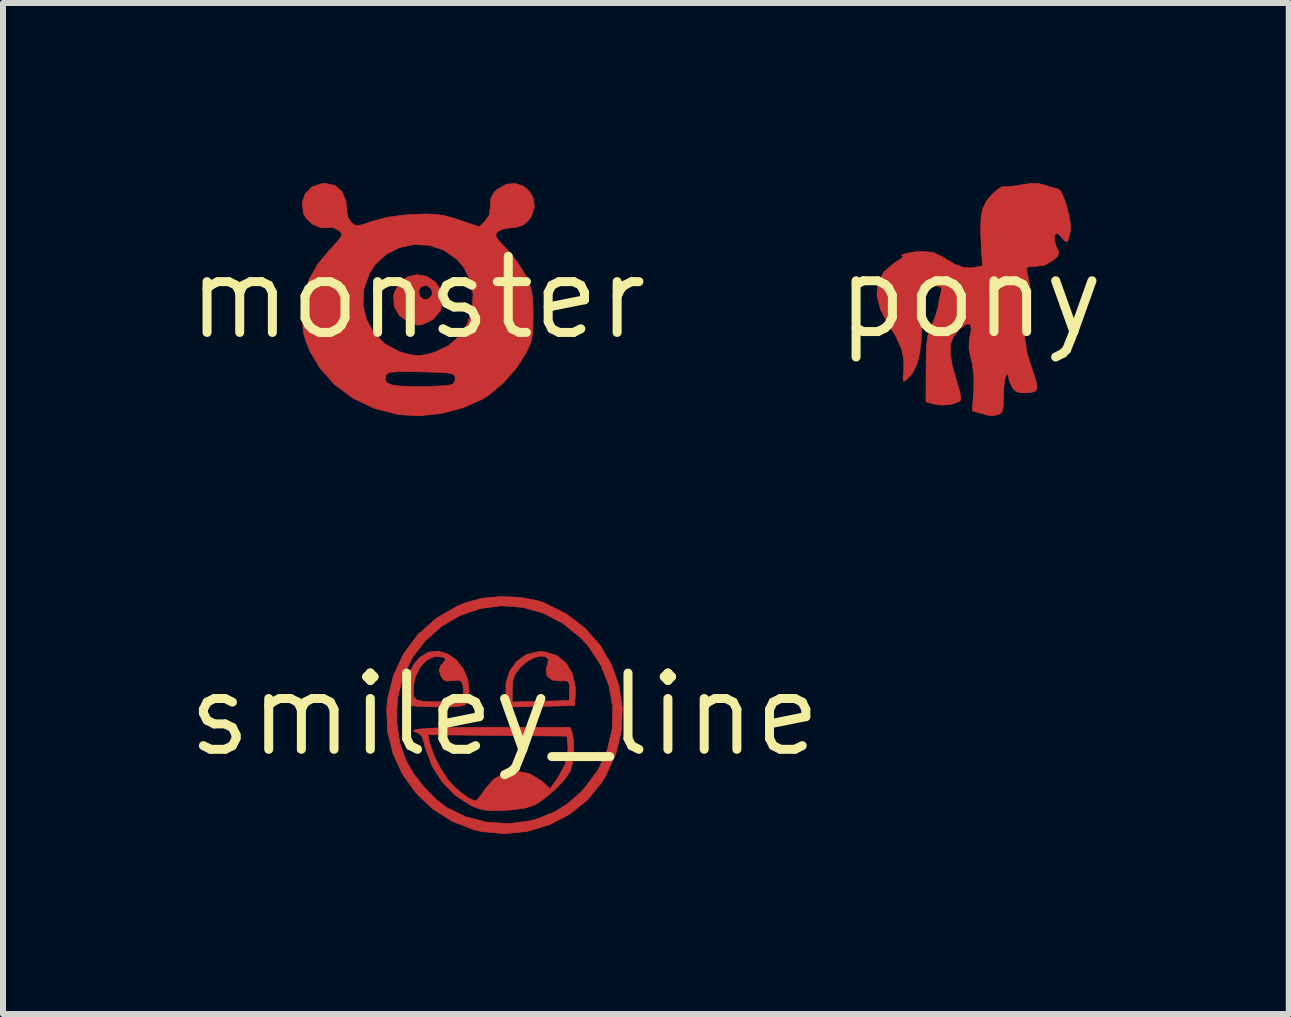
<source format=kicad_pcb>
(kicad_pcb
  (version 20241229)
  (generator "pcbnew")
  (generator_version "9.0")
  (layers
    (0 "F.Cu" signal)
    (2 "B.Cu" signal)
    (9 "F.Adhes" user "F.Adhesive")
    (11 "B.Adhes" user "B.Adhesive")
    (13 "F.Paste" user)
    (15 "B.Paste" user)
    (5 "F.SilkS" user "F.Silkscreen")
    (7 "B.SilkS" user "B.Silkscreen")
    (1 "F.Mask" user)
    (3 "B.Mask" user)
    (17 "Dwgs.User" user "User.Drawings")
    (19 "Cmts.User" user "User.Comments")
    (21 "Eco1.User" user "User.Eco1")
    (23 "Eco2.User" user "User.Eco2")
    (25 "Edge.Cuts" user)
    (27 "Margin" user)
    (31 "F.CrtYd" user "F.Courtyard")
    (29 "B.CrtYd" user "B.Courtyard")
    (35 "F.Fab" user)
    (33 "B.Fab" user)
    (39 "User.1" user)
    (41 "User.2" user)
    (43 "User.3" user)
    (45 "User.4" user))
  (footprint "smiley_line"
    (layer "F.Cu")
    (at 5.359 8.857)
    (property "Reference" "smiley_line" (at 0 0 0) (layer "F.SilkS") (effects (font (size 1.27 1.27) (thickness 0.15))))
    (attr through_hole)
    (fp_poly (pts (xy 0.666 -1.047) (xy 0.866 -0.985) (xy 1.024 -0.858) (xy 1.131 -0.677) (xy 1.179 -0.453) (xy 1.178 -0.318) (xy 1.164 -0.148) (xy 0.607 -0.136) (xy 0.05 -0.125) (xy 0.024 -0.285) (xy 0.022 -0.42) (xy 0.127 -0.42) (xy 0.127 -0.209) (xy 0.603 -0.221) (xy 1.079 -0.233) (xy 1.079 -0.402) (xy 1.076 -0.51) (xy 1.05 -0.556) (xy 0.978 -0.562) (xy 0.924 -0.558) (xy 0.786 -0.575) (xy 0.705 -0.646) (xy 0.691 -0.758) (xy 0.714 -0.829) (xy 0.729 -0.917) (xy 0.686 -0.964) (xy 0.602 -0.973) (xy 0.493 -0.946) (xy 0.376 -0.884) (xy 0.265 -0.789) (xy 0.257 -0.78) (xy 0.173 -0.667) (xy 0.135 -0.555) (xy 0.127 -0.42) (xy 0.022 -0.42) (xy 0.021 -0.517) (xy 0.083 -0.722) (xy 0.202 -0.887) (xy 0.365 -1.001) (xy 0.563 -1.05) (xy 0.666 -1.047)) (stroke (width 0.01) (type solid)) (fill yes) (layer "F.Cu"))
    (fp_poly (pts (xy -0.948 -1.01) (xy -0.805 -0.909) (xy -0.689 -0.762) (xy -0.614 -0.58) (xy -0.593 -0.407) (xy -0.595 -0.289) (xy -0.613 -0.21) (xy -0.66 -0.162) (xy -0.75 -0.137) (xy -0.898 -0.128) (xy -1.098 -0.127) (xy -1.286 -0.129) (xy -1.442 -0.136) (xy -1.547 -0.146) (xy -1.58 -0.155) (xy -1.6 -0.217) (xy -1.608 -0.335) (xy -1.607 -0.382) (xy -1.525 -0.382) (xy -1.514 -0.294) (xy -1.463 -0.243) (xy -1.361 -0.219) (xy -1.193 -0.212) (xy -1.105 -0.212) (xy -0.923 -0.213) (xy -0.808 -0.221) (xy -0.743 -0.238) (xy -0.711 -0.268) (xy -0.698 -0.299) (xy -0.685 -0.412) (xy -0.695 -0.487) (xy -0.723 -0.553) (xy -0.78 -0.573) (xy -0.866 -0.564) (xy -0.971 -0.556) (xy -1.029 -0.589) (xy -1.064 -0.651) (xy -1.092 -0.744) (xy -1.063 -0.816) (xy -1.038 -0.846) (xy -0.988 -0.908) (xy -0.996 -0.94) (xy -1.036 -0.958) (xy -1.167 -0.967) (xy -1.296 -0.907) (xy -1.407 -0.79) (xy -1.485 -0.631) (xy -1.511 -0.517) (xy -1.525 -0.382) (xy -1.607 -0.382) (xy -1.605 -0.478) (xy -1.593 -0.618) (xy -1.571 -0.726) (xy -1.567 -0.74) (xy -1.506 -0.846) (xy -1.416 -0.951) (xy -1.412 -0.954) (xy -1.265 -1.042) (xy -1.106 -1.057) (xy -0.948 -1.01)) (stroke (width 0.01) (type solid)) (fill yes) (layer "F.Cu"))
    (fp_poly (pts (xy 1.126 0.307) (xy 1.151 0.451) (xy 1.152 0.632) (xy 1.131 0.811) (xy 1.092 0.95) (xy 1.086 0.961) (xy 1.001 1.082) (xy 0.868 1.223) (xy 0.712 1.362) (xy 0.559 1.474) (xy 0.502 1.507) (xy 0.345 1.559) (xy 0.113 1.591) (xy 0 1.597) (xy -0.191 1.602) (xy -0.328 1.593) (xy -0.44 1.567) (xy -0.557 1.518) (xy -0.572 1.511) (xy -0.825 1.346) (xy -1.045 1.118) (xy -1.216 0.846) (xy -1.323 0.551) (xy -1.336 0.492) (xy -1.381 0.36) (xy -1.408 0.337) (xy -1.277 0.337) (xy -1.247 0.476) (xy -1.183 0.67) (xy -1.074 0.887) (xy -0.941 1.091) (xy -0.938 1.094) (xy -0.844 1.198) (xy -0.726 1.301) (xy -0.608 1.386) (xy -0.514 1.433) (xy -0.488 1.438) (xy -0.443 1.404) (xy -0.375 1.318) (xy -0.333 1.253) (xy -0.185 1.081) (xy -0.000191 0.977) (xy 0.204 0.944) (xy 0.412 0.983) (xy 0.605 1.099) (xy 0.613 1.105) (xy 0.758 1.233) (xy 0.886 1.056) (xy 1.012 0.824) (xy 1.056 0.587) (xy 1.051 0.483) (xy 1.037 0.36) (xy -0.12 0.349) (xy -1.277 0.337) (xy -1.408 0.337) (xy -1.445 0.307) (xy -1.514 0.282) (xy -1.511 0.261) (xy -1.435 0.244) (xy -1.283 0.23) (xy -1.052 0.221) (xy -0.742 0.215) (xy -0.35 0.212) (xy -0.191 0.212) (xy 1.095 0.212) (xy 1.126 0.307)) (stroke (width 0.01) (type solid)) (fill yes) (layer "F.Cu"))
    (fp_poly (pts (xy 0.261 -1.953) (xy 0.558 -1.896) (xy 0.656 -1.863) (xy 1.026 -1.679) (xy 1.339 -1.439) (xy 1.593 -1.152) (xy 1.783 -0.828) (xy 1.907 -0.476) (xy 1.962 -0.105) (xy 1.945 0.275) (xy 1.854 0.655) (xy 1.684 1.026) (xy 1.618 1.133) (xy 1.379 1.425) (xy 1.085 1.661) (xy 0.749 1.836) (xy 0.384 1.947) (xy 0.004 1.987) (xy -0.378 1.952) (xy -0.504 1.923) (xy -0.87 1.782) (xy -1.196 1.576) (xy -1.473 1.313) (xy -1.696 1.005) (xy -1.857 0.66) (xy -1.949 0.29) (xy -1.957 0.102) (xy -1.802 0.102) (xy -1.746 0.474) (xy -1.639 0.776) (xy -1.514 0.989) (xy -1.342 1.21) (xy -1.147 1.409) (xy -0.967 1.549) (xy -0.649 1.704) (xy -0.296 1.794) (xy 0.069 1.818) (xy 0.423 1.772) (xy 0.555 1.734) (xy 0.821 1.627) (xy 1.041 1.493) (xy 1.25 1.311) (xy 1.326 1.232) (xy 1.555 0.928) (xy 1.71 0.594) (xy 1.793 0.241) (xy 1.803 -0.12) (xy 1.74 -0.477) (xy 1.605 -0.819) (xy 1.399 -1.133) (xy 1.273 -1.273) (xy 0.973 -1.518) (xy 0.644 -1.689) (xy 0.298 -1.786) (xy -0.055 -1.812) (xy -0.405 -1.766) (xy -0.741 -1.651) (xy -1.054 -1.467) (xy -1.333 -1.216) (xy -1.529 -0.961) (xy -1.693 -0.631) (xy -1.785 -0.272) (xy -1.802 0.102) (xy -1.957 0.102) (xy -1.966 -0.096) (xy -1.95 -0.254) (xy -1.852 -0.655) (xy -1.68 -1.019) (xy -1.441 -1.337) (xy -1.139 -1.603) (xy -0.782 -1.811) (xy -0.656 -1.863) (xy -0.379 -1.937) (xy -0.062 -1.967) (xy 0.261 -1.953)) (stroke (width 0.01) (type solid)) (fill yes) (layer "F.Cu")))
  (footprint "monster"
    (layer "F.Cu")
    (at 3.908 1.91)
    (property "Reference" "monster" (at 0 0 0) (layer "F.SilkS") (effects (font (size 1.27 1.27) (thickness 0.15))))
    (attr through_hole)
    (fp_poly (pts (xy 0.154 -0.355) (xy 0.3 -0.257) (xy 0.398 -0.107) (xy 0.423 0.058) (xy 0.38 0.217) (xy 0.272 0.348) (xy 0.189 0.4) (xy 0.08 0.448) (xy 0.003 0.459) (xy -0.084 0.434) (xy -0.156 0.404) (xy -0.303 0.298) (xy -0.387 0.148) (xy -0.399 -0.028) (xy -0.385 -0.087) (xy -0.371 -0.114) (xy 0.018 -0.114) (xy 0.037 -0.029) (xy 0.047 -0.016) (xy 0.108 0.036) (xy 0.176 0.022) (xy 0.205 0.005) (xy 0.248 -0.062) (xy 0.233 -0.141) (xy 0.169 -0.196) (xy 0.143 -0.203) (xy 0.058 -0.183) (xy 0.018 -0.114) (xy -0.371 -0.114) (xy -0.3 -0.245) (xy -0.168 -0.346) (xy -0.01 -0.385) (xy 0.154 -0.355)) (stroke (width 0.01) (type solid)) (fill yes) (layer "F.Cu"))
    (fp_poly (pts (xy -1.373 -1.868) (xy -1.256 -1.765) (xy -1.193 -1.606) (xy -1.185 -1.511) (xy -1.166 -1.353) (xy -1.105 -1.253) (xy -1.103 -1.251) (xy -1.055 -1.213) (xy -1.003 -1.201) (xy -0.926 -1.215) (xy -0.799 -1.257) (xy -0.754 -1.273) (xy -0.513 -1.338) (xy -0.225 -1.377) (xy -0.063 -1.387) (xy 0.148 -1.394) (xy 0.308 -1.388) (xy 0.447 -1.367) (xy 0.597 -1.326) (xy 0.694 -1.294) (xy 1.028 -1.182) (xy 1.122 -1.271) (xy 1.192 -1.37) (xy 1.213 -1.508) (xy 1.212 -1.53) (xy 1.223 -1.662) (xy 1.276 -1.756) (xy 1.326 -1.803) (xy 1.476 -1.889) (xy 1.624 -1.904) (xy 1.758 -1.861) (xy 1.865 -1.772) (xy 1.933 -1.65) (xy 1.948 -1.508) (xy 1.899 -1.358) (xy 1.847 -1.286) (xy 1.75 -1.202) (xy 1.63 -1.17) (xy 1.574 -1.167) (xy 1.444 -1.149) (xy 1.347 -1.109) (xy 1.335 -1.099) (xy 1.306 -1.059) (xy 1.312 -1.013) (xy 1.359 -0.945) (xy 1.457 -0.839) (xy 1.486 -0.809) (xy 1.616 -0.655) (xy 1.738 -0.48) (xy 1.814 -0.345) (xy 1.869 -0.215) (xy 1.903 -0.095) (xy 1.92 0.044) (xy 1.926 0.231) (xy 1.926 0.296) (xy 1.923 0.495) (xy 1.912 0.637) (xy 1.886 0.749) (xy 1.841 0.857) (xy 1.806 0.926) (xy 1.635 1.19) (xy 1.416 1.434) (xy 1.176 1.633) (xy 1.084 1.69) (xy 0.757 1.836) (xy 0.392 1.931) (xy 0.021 1.97) (xy -0.318 1.949) (xy -0.715 1.847) (xy -1.072 1.679) (xy -1.38 1.451) (xy -1.454 1.368) (xy -0.539 1.368) (xy -0.509 1.42) (xy -0.428 1.454) (xy -0.284 1.473) (xy -0.069 1.481) (xy 0.037 1.481) (xy 0.237 1.478) (xy 0.408 1.469) (xy 0.532 1.457) (xy 0.586 1.444) (xy 0.627 1.377) (xy 0.628 1.328) (xy 0.615 1.296) (xy 0.581 1.273) (xy 0.512 1.257) (xy 0.396 1.248) (xy 0.217 1.241) (xy 0.057 1.237) (xy -0.172 1.233) (xy -0.331 1.235) (xy -0.432 1.243) (xy -0.49 1.258) (xy -0.519 1.283) (xy -0.525 1.295) (xy -0.539 1.368) (xy -1.454 1.368) (xy -1.63 1.171) (xy -1.789 0.9) (xy -1.862 0.727) (xy -1.902 0.579) (xy -1.918 0.414) (xy -1.92 0.299) (xy -1.905 0.12) (xy -0.908 0.12) (xy -0.85 0.368) (xy -0.727 0.59) (xy -0.543 0.771) (xy -0.305 0.899) (xy -0.191 0.934) (xy -0.058 0.961) (xy 0.05 0.964) (xy 0.171 0.942) (xy 0.28 0.911) (xy 0.515 0.801) (xy 0.701 0.636) (xy 0.833 0.429) (xy 0.91 0.195) (xy 0.926 -0.049) (xy 0.879 -0.291) (xy 0.764 -0.514) (xy 0.651 -0.643) (xy 0.435 -0.793) (xy 0.194 -0.873) (xy -0.058 -0.885) (xy -0.303 -0.834) (xy -0.525 -0.72) (xy -0.71 -0.547) (xy -0.802 -0.405) (xy -0.894 -0.142) (xy -0.908 0.12) (xy -1.905 0.12) (xy -1.893 -0.02) (xy -1.81 -0.299) (xy -1.661 -0.56) (xy -1.478 -0.78) (xy -1.359 -0.909) (xy -1.291 -0.992) (xy -1.265 -1.045) (xy -1.275 -1.083) (xy -1.31 -1.12) (xy -1.414 -1.171) (xy -1.476 -1.166) (xy -1.609 -1.163) (xy -1.747 -1.222) (xy -1.857 -1.324) (xy -1.902 -1.408) (xy -1.922 -1.585) (xy -1.87 -1.736) (xy -1.757 -1.847) (xy -1.592 -1.902) (xy -1.534 -1.905) (xy -1.373 -1.868)) (stroke (width 0.01) (type solid)) (fill yes) (layer "F.Cu")))
  (footprint "pony"
    (layer "F.Cu")
    (at 13.121 1.896)
    (property "Reference" "pony" (at 0 0 0) (layer "F.SilkS") (effects (font (size 1.27 1.27) (thickness 0.15))))
    (attr through_hole)
    (fp_poly (pts (xy 1.137 -1.888) (xy 1.255 -1.857) (xy 1.368 -1.821) (xy 1.449 -1.801) (xy 1.46 -1.8) (xy 1.504 -1.761) (xy 1.553 -1.662) (xy 1.6 -1.525) (xy 1.64 -1.373) (xy 1.665 -1.229) (xy 1.669 -1.117) (xy 1.667 -1.103) (xy 1.638 -0.971) (xy 1.61 -0.916) (xy 1.573 -0.928) (xy 1.538 -0.971) (xy 1.477 -1.037) (xy 1.437 -1.058) (xy 1.403 -1.024) (xy 1.401 -0.943) (xy 1.428 -0.843) (xy 1.45 -0.801) (xy 1.477 -0.736) (xy 1.454 -0.678) (xy 1.384 -0.611) (xy 1.239 -0.528) (xy 1.093 -0.508) (xy 0.985 -0.504) (xy 0.941 -0.482) (xy 0.941 -0.425) (xy 0.948 -0.392) (xy 0.991 -0.183) (xy 1.006 -0.031) (xy 0.995 0.091) (xy 0.955 0.205) (xy 0.952 0.212) (xy 0.902 0.408) (xy 0.9 0.653) (xy 0.943 0.928) (xy 1.014 1.164) (xy 1.079 1.351) (xy 1.11 1.473) (xy 1.105 1.545) (xy 1.061 1.582) (xy 0.977 1.598) (xy 0.946 1.6) (xy 0.821 1.599) (xy 0.744 1.565) (xy 0.702 1.517) (xy 0.651 1.413) (xy 0.634 1.335) (xy 0.627 1.278) (xy 0.601 1.3) (xy 0.593 1.312) (xy 0.571 1.386) (xy 0.556 1.515) (xy 0.551 1.657) (xy 0.548 1.808) (xy 0.535 1.896) (xy 0.507 1.941) (xy 0.456 1.963) (xy 0.455 1.963) (xy 0.388 1.98) (xy 0.337 1.982) (xy 0.269 1.968) (xy 0.174 1.941) (xy 0.031 1.9) (xy 0.055 1.582) (xy 0.059 1.312) (xy 0.026 1.089) (xy 0.015 1.049) (xy -0.024 0.868) (xy -0.018 0.717) (xy -0.009 0.675) (xy 0.015 0.529) (xy -0.005 0.456) (xy -0.066 0.455) (xy -0.168 0.529) (xy -0.189 0.549) (xy -0.281 0.662) (xy -0.33 0.789) (xy -0.337 0.947) (xy -0.301 1.15) (xy -0.234 1.383) (xy -0.183 1.559) (xy -0.161 1.67) (xy -0.168 1.729) (xy -0.182 1.744) (xy -0.307 1.79) (xy -0.468 1.805) (xy -0.614 1.786) (xy -0.741 1.75) (xy -0.739 1.203) (xy -0.736 0.966) (xy -0.729 0.795) (xy -0.714 0.672) (xy -0.689 0.577) (xy -0.653 0.493) (xy -0.65 0.487) (xy -0.586 0.334) (xy -0.54 0.171) (xy -0.535 0.141) (xy -0.512 0.014) (xy -0.488 -0.086) (xy -0.482 -0.102) (xy -0.486 -0.159) (xy -0.527 -0.169) (xy -0.574 -0.189) (xy -0.572 -0.212) (xy -0.571 -0.248) (xy -0.619 -0.251) (xy -0.688 -0.224) (xy -0.739 -0.187) (xy -0.789 -0.08) (xy -0.804 0.099) (xy -0.807 0.457) (xy -0.821 0.742) (xy -0.85 0.965) (xy -0.896 1.136) (xy -0.961 1.265) (xy -1.046 1.365) (xy -1.048 1.366) (xy -1.097 1.406) (xy -1.118 1.401) (xy -1.12 1.336) (xy -1.111 1.234) (xy -1.11 1.042) (xy -1.151 0.859) (xy -1.241 0.662) (xy -1.364 0.462) (xy -1.499 0.209) (xy -1.557 -0.024) (xy -1.537 -0.234) (xy -1.44 -0.416) (xy -1.266 -0.565) (xy -1.254 -0.572) (xy -1.162 -0.632) (xy -1.118 -0.672) (xy -1.122 -0.68) (xy -1.151 -0.691) (xy -1.116 -0.709) (xy -1.037 -0.729) (xy -0.935 -0.747) (xy -0.829 -0.758) (xy -0.8 -0.759) (xy -0.615 -0.738) (xy -0.448 -0.656) (xy -0.443 -0.652) (xy -0.263 -0.544) (xy -0.118 -0.49) (xy 0.017 -0.483) (xy 0.063 -0.49) (xy 0.201 -0.515) (xy 0.179 -0.888) (xy 0.17 -1.147) (xy 0.18 -1.34) (xy 0.212 -1.485) (xy 0.271 -1.602) (xy 0.36 -1.706) (xy 0.367 -1.713) (xy 0.461 -1.794) (xy 0.533 -1.837) (xy 0.555 -1.838) (xy 0.614 -1.834) (xy 0.727 -1.846) (xy 0.842 -1.865) (xy 1.011 -1.891) (xy 1.137 -1.888)) (stroke (width 0.01) (type solid)) (fill yes) (layer "F.Cu")))
  (gr_rect
    (start -3 -3)
    (end 18.427 13.848)
    (stroke (width 0.1) (type default))
    (fill no)
    (layer "Edge.Cuts")))
</source>
